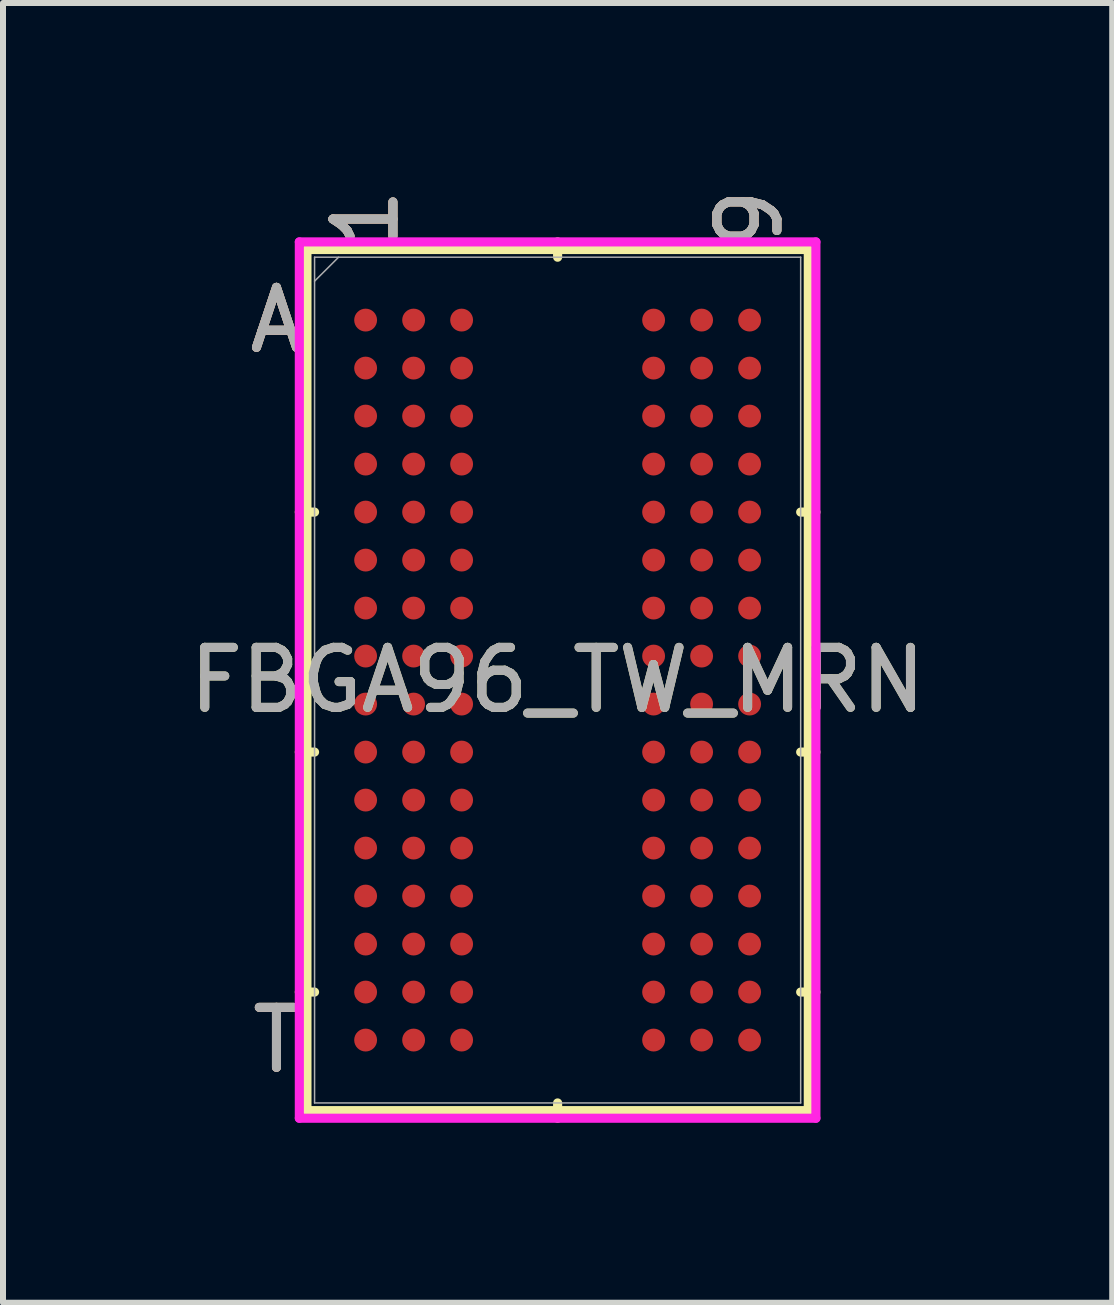
<source format=kicad_pcb>
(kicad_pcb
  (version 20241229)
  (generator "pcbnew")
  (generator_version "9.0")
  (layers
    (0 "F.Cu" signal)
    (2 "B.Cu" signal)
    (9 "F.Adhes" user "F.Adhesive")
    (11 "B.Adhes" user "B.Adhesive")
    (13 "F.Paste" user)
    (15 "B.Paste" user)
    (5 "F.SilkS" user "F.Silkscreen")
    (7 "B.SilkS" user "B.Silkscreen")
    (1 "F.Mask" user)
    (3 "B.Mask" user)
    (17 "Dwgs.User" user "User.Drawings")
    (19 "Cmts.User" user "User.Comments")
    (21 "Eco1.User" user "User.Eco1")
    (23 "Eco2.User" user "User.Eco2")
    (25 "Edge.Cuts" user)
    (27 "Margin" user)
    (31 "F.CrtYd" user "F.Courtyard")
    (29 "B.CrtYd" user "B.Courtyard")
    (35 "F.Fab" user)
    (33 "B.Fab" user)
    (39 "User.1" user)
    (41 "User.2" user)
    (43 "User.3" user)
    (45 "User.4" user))
  (footprint "FBGA96_TW_MRN"
    (layer "F.Cu")
    (at 6.244 8.285)
    (property "Reference" "FBGA96_TW_MRN" (at 0 0 0) (unlocked yes) (layer "F.SilkS") (effects (font (size 1 1) (thickness 0.15))))
    (attr smd)
    (fp_line (start -4.178 -7.176) (end -4.178 7.176) (stroke (width 0.152) (type solid)) (layer "F.SilkS"))
    (fp_line (start -4.178 7.176) (end 4.178 7.176) (stroke (width 0.152) (type solid)) (layer "F.SilkS"))
    (fp_line (start -4.051 -2.8) (end -4.305 -2.8) (stroke (width 0.152) (type solid)) (layer "F.SilkS"))
    (fp_line (start -4.051 1.2) (end -4.305 1.2) (stroke (width 0.152) (type solid)) (layer "F.SilkS"))
    (fp_line (start -4.051 5.2) (end -4.305 5.2) (stroke (width 0.152) (type solid)) (layer "F.SilkS"))
    (fp_line (start 0 -7.048) (end 0 -7.303) (stroke (width 0.152) (type solid)) (layer "F.SilkS"))
    (fp_line (start 0 7.048) (end 0 7.303) (stroke (width 0.152) (type solid)) (layer "F.SilkS"))
    (fp_line (start 4.051 -2.8) (end 4.305 -2.8) (stroke (width 0.152) (type solid)) (layer "F.SilkS"))
    (fp_line (start 4.051 1.2) (end 4.305 1.2) (stroke (width 0.152) (type solid)) (layer "F.SilkS"))
    (fp_line (start 4.051 5.2) (end 4.305 5.2) (stroke (width 0.152) (type solid)) (layer "F.SilkS"))
    (fp_line (start 4.178 -7.176) (end -4.178 -7.176) (stroke (width 0.152) (type solid)) (layer "F.SilkS"))
    (fp_line (start 4.178 7.176) (end 4.178 -7.176) (stroke (width 0.152) (type solid)) (layer "F.SilkS"))
    (fp_line (start -4.305 -7.303) (end 4.305 -7.303) (stroke (width 0.152) (type solid)) (layer "F.CrtYd"))
    (fp_line (start -4.305 7.303) (end -4.305 -7.303) (stroke (width 0.152) (type solid)) (layer "F.CrtYd"))
    (fp_line (start 4.305 -7.303) (end 4.305 7.303) (stroke (width 0.152) (type solid)) (layer "F.CrtYd"))
    (fp_line (start 4.305 7.303) (end -4.305 7.303) (stroke (width 0.152) (type solid)) (layer "F.CrtYd"))
    (fp_line (start -4.051 -7.048) (end -4.051 7.048) (stroke (width 0.025) (type solid)) (layer "F.Fab"))
    (fp_line (start -4.051 7.048) (end 4.051 7.048) (stroke (width 0.025) (type solid)) (layer "F.Fab"))
    (fp_line (start -3.651 -7.048) (end -4.051 -6.649) (stroke (width 0.025) (type solid)) (layer "F.Fab"))
    (fp_line (start 4.051 -7.048) (end -4.051 -7.048) (stroke (width 0.025) (type solid)) (layer "F.Fab"))
    (fp_line (start 4.051 7.048) (end 4.051 -7.048) (stroke (width 0.025) (type solid)) (layer "F.Fab"))
    (fp_text user "A" (at -4.686 -6 0) (unlocked yes) (layer "F.SilkS") (effects (font (size 1 1) (thickness 0.15))))
    (fp_text user "9" (at 3.2 -7.684 90) (unlocked yes) (layer "F.SilkS") (effects (font (size 1 1) (thickness 0.15))))
    (fp_text user "1" (at -3.2 -7.684 90) (unlocked yes) (layer "F.SilkS") (effects (font (size 1 1) (thickness 0.15))))
    (fp_text user "T" (at -4.686 6 0) (unlocked yes) (layer "F.SilkS") (effects (font (size 1 1) (thickness 0.15))))
    (fp_text user "A" (at -4.686 -6 0) (unlocked yes) (layer "B.SilkS") (effects (font (size 1 1) (thickness 0.15))))
    (fp_text user "9" (at 3.2 -7.684 90) (unlocked yes) (layer "B.SilkS") (effects (font (size 1 1) (thickness 0.15))))
    (fp_text user "1" (at -3.2 -7.684 90) (unlocked yes) (layer "B.SilkS") (effects (font (size 1 1) (thickness 0.15))))
    (fp_text user "T" (at -4.686 6 0) (unlocked yes) (layer "B.SilkS") (effects (font (size 1 1) (thickness 0.15))))
    (fp_text user "T" (at -4.686 6 0) (unlocked yes) (layer "F.Fab") (effects (font (size 1 1) (thickness 0.15))))
    (fp_text user "A" (at -4.686 -6 0) (unlocked yes) (layer "F.Fab") (effects (font (size 1 1) (thickness 0.15))))
    (fp_text user "9" (at 3.2 -7.684 90) (unlocked yes) (layer "F.Fab") (effects (font (size 1 1) (thickness 0.15))))
    (fp_text user "${REFERENCE}" (at 0 0 0) (unlocked yes) (layer "F.Fab") (effects (font (size 1 1) (thickness 0.15))))
    (fp_text user "1" (at -3.2 -7.684 90) (unlocked yes) (layer "F.Fab") (effects (font (size 1 1) (thickness 0.15))))
    (pad "A1" smd circle (at -3.2 -6) (size 0.381 0.381) (layers "F.Cu" "F.Mask" "F.Paste"))
    (pad "A2" smd circle (at -2.4 -6) (size 0.381 0.381) (layers "F.Cu" "F.Mask" "F.Paste"))
    (pad "A3" smd circle (at -1.6 -6) (size 0.381 0.381) (layers "F.Cu" "F.Mask" "F.Paste"))
    (pad "A7" smd circle (at 1.6 -6) (size 0.381 0.381) (layers "F.Cu" "F.Mask" "F.Paste"))
    (pad "A8" smd circle (at 2.4 -6) (size 0.381 0.381) (layers "F.Cu" "F.Mask" "F.Paste"))
    (pad "A9" smd circle (at 3.2 -6) (size 0.381 0.381) (layers "F.Cu" "F.Mask" "F.Paste"))
    (pad "B1" smd circle (at -3.2 -5.2) (size 0.381 0.381) (layers "F.Cu" "F.Mask" "F.Paste"))
    (pad "B2" smd circle (at -2.4 -5.2) (size 0.381 0.381) (layers "F.Cu" "F.Mask" "F.Paste"))
    (pad "B3" smd circle (at -1.6 -5.2) (size 0.381 0.381) (layers "F.Cu" "F.Mask" "F.Paste"))
    (pad "B7" smd circle (at 1.6 -5.2) (size 0.381 0.381) (layers "F.Cu" "F.Mask" "F.Paste"))
    (pad "B8" smd circle (at 2.4 -5.2) (size 0.381 0.381) (layers "F.Cu" "F.Mask" "F.Paste"))
    (pad "B9" smd circle (at 3.2 -5.2) (size 0.381 0.381) (layers "F.Cu" "F.Mask" "F.Paste"))
    (pad "C1" smd circle (at -3.2 -4.4) (size 0.381 0.381) (layers "F.Cu" "F.Mask" "F.Paste"))
    (pad "C2" smd circle (at -2.4 -4.4) (size 0.381 0.381) (layers "F.Cu" "F.Mask" "F.Paste"))
    (pad "C3" smd circle (at -1.6 -4.4) (size 0.381 0.381) (layers "F.Cu" "F.Mask" "F.Paste"))
    (pad "C7" smd circle (at 1.6 -4.4) (size 0.381 0.381) (layers "F.Cu" "F.Mask" "F.Paste"))
    (pad "C8" smd circle (at 2.4 -4.4) (size 0.381 0.381) (layers "F.Cu" "F.Mask" "F.Paste"))
    (pad "C9" smd circle (at 3.2 -4.4) (size 0.381 0.381) (layers "F.Cu" "F.Mask" "F.Paste"))
    (pad "D1" smd circle (at -3.2 -3.6) (size 0.381 0.381) (layers "F.Cu" "F.Mask" "F.Paste"))
    (pad "D2" smd circle (at -2.4 -3.6) (size 0.381 0.381) (layers "F.Cu" "F.Mask" "F.Paste"))
    (pad "D3" smd circle (at -1.6 -3.6) (size 0.381 0.381) (layers "F.Cu" "F.Mask" "F.Paste"))
    (pad "D7" smd circle (at 1.6 -3.6) (size 0.381 0.381) (layers "F.Cu" "F.Mask" "F.Paste"))
    (pad "D8" smd circle (at 2.4 -3.6) (size 0.381 0.381) (layers "F.Cu" "F.Mask" "F.Paste"))
    (pad "D9" smd circle (at 3.2 -3.6) (size 0.381 0.381) (layers "F.Cu" "F.Mask" "F.Paste"))
    (pad "E1" smd circle (at -3.2 -2.8) (size 0.381 0.381) (layers "F.Cu" "F.Mask" "F.Paste"))
    (pad "E2" smd circle (at -2.4 -2.8) (size 0.381 0.381) (layers "F.Cu" "F.Mask" "F.Paste"))
    (pad "E3" smd circle (at -1.6 -2.8) (size 0.381 0.381) (layers "F.Cu" "F.Mask" "F.Paste"))
    (pad "E7" smd circle (at 1.6 -2.8) (size 0.381 0.381) (layers "F.Cu" "F.Mask" "F.Paste"))
    (pad "E8" smd circle (at 2.4 -2.8) (size 0.381 0.381) (layers "F.Cu" "F.Mask" "F.Paste"))
    (pad "E9" smd circle (at 3.2 -2.8) (size 0.381 0.381) (layers "F.Cu" "F.Mask" "F.Paste"))
    (pad "F1" smd circle (at -3.2 -2) (size 0.381 0.381) (layers "F.Cu" "F.Mask" "F.Paste"))
    (pad "F2" smd circle (at -2.4 -2) (size 0.381 0.381) (layers "F.Cu" "F.Mask" "F.Paste"))
    (pad "F3" smd circle (at -1.6 -2) (size 0.381 0.381) (layers "F.Cu" "F.Mask" "F.Paste"))
    (pad "F7" smd circle (at 1.6 -2) (size 0.381 0.381) (layers "F.Cu" "F.Mask" "F.Paste"))
    (pad "F8" smd circle (at 2.4 -2) (size 0.381 0.381) (layers "F.Cu" "F.Mask" "F.Paste"))
    (pad "F9" smd circle (at 3.2 -2) (size 0.381 0.381) (layers "F.Cu" "F.Mask" "F.Paste"))
    (pad "G1" smd circle (at -3.2 -1.2) (size 0.381 0.381) (layers "F.Cu" "F.Mask" "F.Paste"))
    (pad "G2" smd circle (at -2.4 -1.2) (size 0.381 0.381) (layers "F.Cu" "F.Mask" "F.Paste"))
    (pad "G3" smd circle (at -1.6 -1.2) (size 0.381 0.381) (layers "F.Cu" "F.Mask" "F.Paste"))
    (pad "G7" smd circle (at 1.6 -1.2) (size 0.381 0.381) (layers "F.Cu" "F.Mask" "F.Paste"))
    (pad "G8" smd circle (at 2.4 -1.2) (size 0.381 0.381) (layers "F.Cu" "F.Mask" "F.Paste"))
    (pad "G9" smd circle (at 3.2 -1.2) (size 0.381 0.381) (layers "F.Cu" "F.Mask" "F.Paste"))
    (pad "H1" smd circle (at -3.2 -0.4) (size 0.381 0.381) (layers "F.Cu" "F.Mask" "F.Paste"))
    (pad "H2" smd circle (at -2.4 -0.4) (size 0.381 0.381) (layers "F.Cu" "F.Mask" "F.Paste"))
    (pad "H3" smd circle (at -1.6 -0.4) (size 0.381 0.381) (layers "F.Cu" "F.Mask" "F.Paste"))
    (pad "H7" smd circle (at 1.6 -0.4) (size 0.381 0.381) (layers "F.Cu" "F.Mask" "F.Paste"))
    (pad "H8" smd circle (at 2.4 -0.4) (size 0.381 0.381) (layers "F.Cu" "F.Mask" "F.Paste"))
    (pad "H9" smd circle (at 3.2 -0.4) (size 0.381 0.381) (layers "F.Cu" "F.Mask" "F.Paste"))
    (pad "J1" smd circle (at -3.2 0.4) (size 0.381 0.381) (layers "F.Cu" "F.Mask" "F.Paste"))
    (pad "J2" smd circle (at -2.4 0.4) (size 0.381 0.381) (layers "F.Cu" "F.Mask" "F.Paste"))
    (pad "J3" smd circle (at -1.6 0.4) (size 0.381 0.381) (layers "F.Cu" "F.Mask" "F.Paste"))
    (pad "J7" smd circle (at 1.6 0.4) (size 0.381 0.381) (layers "F.Cu" "F.Mask" "F.Paste"))
    (pad "J8" smd circle (at 2.4 0.4) (size 0.381 0.381) (layers "F.Cu" "F.Mask" "F.Paste"))
    (pad "J9" smd circle (at 3.2 0.4) (size 0.381 0.381) (layers "F.Cu" "F.Mask" "F.Paste"))
    (pad "K1" smd circle (at -3.2 1.2) (size 0.381 0.381) (layers "F.Cu" "F.Mask" "F.Paste"))
    (pad "K2" smd circle (at -2.4 1.2) (size 0.381 0.381) (layers "F.Cu" "F.Mask" "F.Paste"))
    (pad "K3" smd circle (at -1.6 1.2) (size 0.381 0.381) (layers "F.Cu" "F.Mask" "F.Paste"))
    (pad "K7" smd circle (at 1.6 1.2) (size 0.381 0.381) (layers "F.Cu" "F.Mask" "F.Paste"))
    (pad "K8" smd circle (at 2.4 1.2) (size 0.381 0.381) (layers "F.Cu" "F.Mask" "F.Paste"))
    (pad "K9" smd circle (at 3.2 1.2) (size 0.381 0.381) (layers "F.Cu" "F.Mask" "F.Paste"))
    (pad "L1" smd circle (at -3.2 2) (size 0.381 0.381) (layers "F.Cu" "F.Mask" "F.Paste"))
    (pad "L2" smd circle (at -2.4 2) (size 0.381 0.381) (layers "F.Cu" "F.Mask" "F.Paste"))
    (pad "L3" smd circle (at -1.6 2) (size 0.381 0.381) (layers "F.Cu" "F.Mask" "F.Paste"))
    (pad "L7" smd circle (at 1.6 2) (size 0.381 0.381) (layers "F.Cu" "F.Mask" "F.Paste"))
    (pad "L8" smd circle (at 2.4 2) (size 0.381 0.381) (layers "F.Cu" "F.Mask" "F.Paste"))
    (pad "L9" smd circle (at 3.2 2) (size 0.381 0.381) (layers "F.Cu" "F.Mask" "F.Paste"))
    (pad "M1" smd circle (at -3.2 2.8) (size 0.381 0.381) (layers "F.Cu" "F.Mask" "F.Paste"))
    (pad "M2" smd circle (at -2.4 2.8) (size 0.381 0.381) (layers "F.Cu" "F.Mask" "F.Paste"))
    (pad "M3" smd circle (at -1.6 2.8) (size 0.381 0.381) (layers "F.Cu" "F.Mask" "F.Paste"))
    (pad "M7" smd circle (at 1.6 2.8) (size 0.381 0.381) (layers "F.Cu" "F.Mask" "F.Paste"))
    (pad "M8" smd circle (at 2.4 2.8) (size 0.381 0.381) (layers "F.Cu" "F.Mask" "F.Paste"))
    (pad "M9" smd circle (at 3.2 2.8) (size 0.381 0.381) (layers "F.Cu" "F.Mask" "F.Paste"))
    (pad "N1" smd circle (at -3.2 3.6) (size 0.381 0.381) (layers "F.Cu" "F.Mask" "F.Paste"))
    (pad "N2" smd circle (at -2.4 3.6) (size 0.381 0.381) (layers "F.Cu" "F.Mask" "F.Paste"))
    (pad "N3" smd circle (at -1.6 3.6) (size 0.381 0.381) (layers "F.Cu" "F.Mask" "F.Paste"))
    (pad "N7" smd circle (at 1.6 3.6) (size 0.381 0.381) (layers "F.Cu" "F.Mask" "F.Paste"))
    (pad "N8" smd circle (at 2.4 3.6) (size 0.381 0.381) (layers "F.Cu" "F.Mask" "F.Paste"))
    (pad "N9" smd circle (at 3.2 3.6) (size 0.381 0.381) (layers "F.Cu" "F.Mask" "F.Paste"))
    (pad "P1" smd circle (at -3.2 4.4) (size 0.381 0.381) (layers "F.Cu" "F.Mask" "F.Paste"))
    (pad "P2" smd circle (at -2.4 4.4) (size 0.381 0.381) (layers "F.Cu" "F.Mask" "F.Paste"))
    (pad "P3" smd circle (at -1.6 4.4) (size 0.381 0.381) (layers "F.Cu" "F.Mask" "F.Paste"))
    (pad "P7" smd circle (at 1.6 4.4) (size 0.381 0.381) (layers "F.Cu" "F.Mask" "F.Paste"))
    (pad "P8" smd circle (at 2.4 4.4) (size 0.381 0.381) (layers "F.Cu" "F.Mask" "F.Paste"))
    (pad "P9" smd circle (at 3.2 4.4) (size 0.381 0.381) (layers "F.Cu" "F.Mask" "F.Paste"))
    (pad "R1" smd circle (at -3.2 5.2) (size 0.381 0.381) (layers "F.Cu" "F.Mask" "F.Paste"))
    (pad "R2" smd circle (at -2.4 5.2) (size 0.381 0.381) (layers "F.Cu" "F.Mask" "F.Paste"))
    (pad "R3" smd circle (at -1.6 5.2) (size 0.381 0.381) (layers "F.Cu" "F.Mask" "F.Paste"))
    (pad "R7" smd circle (at 1.6 5.2) (size 0.381 0.381) (layers "F.Cu" "F.Mask" "F.Paste"))
    (pad "R8" smd circle (at 2.4 5.2) (size 0.381 0.381) (layers "F.Cu" "F.Mask" "F.Paste"))
    (pad "R9" smd circle (at 3.2 5.2) (size 0.381 0.381) (layers "F.Cu" "F.Mask" "F.Paste"))
    (pad "T1" smd circle (at -3.2 6) (size 0.381 0.381) (layers "F.Cu" "F.Mask" "F.Paste"))
    (pad "T2" smd circle (at -2.4 6) (size 0.381 0.381) (layers "F.Cu" "F.Mask" "F.Paste"))
    (pad "T3" smd circle (at -1.6 6) (size 0.381 0.381) (layers "F.Cu" "F.Mask" "F.Paste"))
    (pad "T7" smd circle (at 1.6 6) (size 0.381 0.381) (layers "F.Cu" "F.Mask" "F.Paste"))
    (pad "T8" smd circle (at 2.4 6) (size 0.381 0.381) (layers "F.Cu" "F.Mask" "F.Paste"))
    (pad "T9" smd circle (at 3.2 6) (size 0.381 0.381) (layers "F.Cu" "F.Mask" "F.Paste")))
  (gr_rect
    (start -3 -3)
    (end 15.488 18.663)
    (stroke (width 0.1) (type default))
    (fill no)
    (layer "Edge.Cuts")))
</source>
